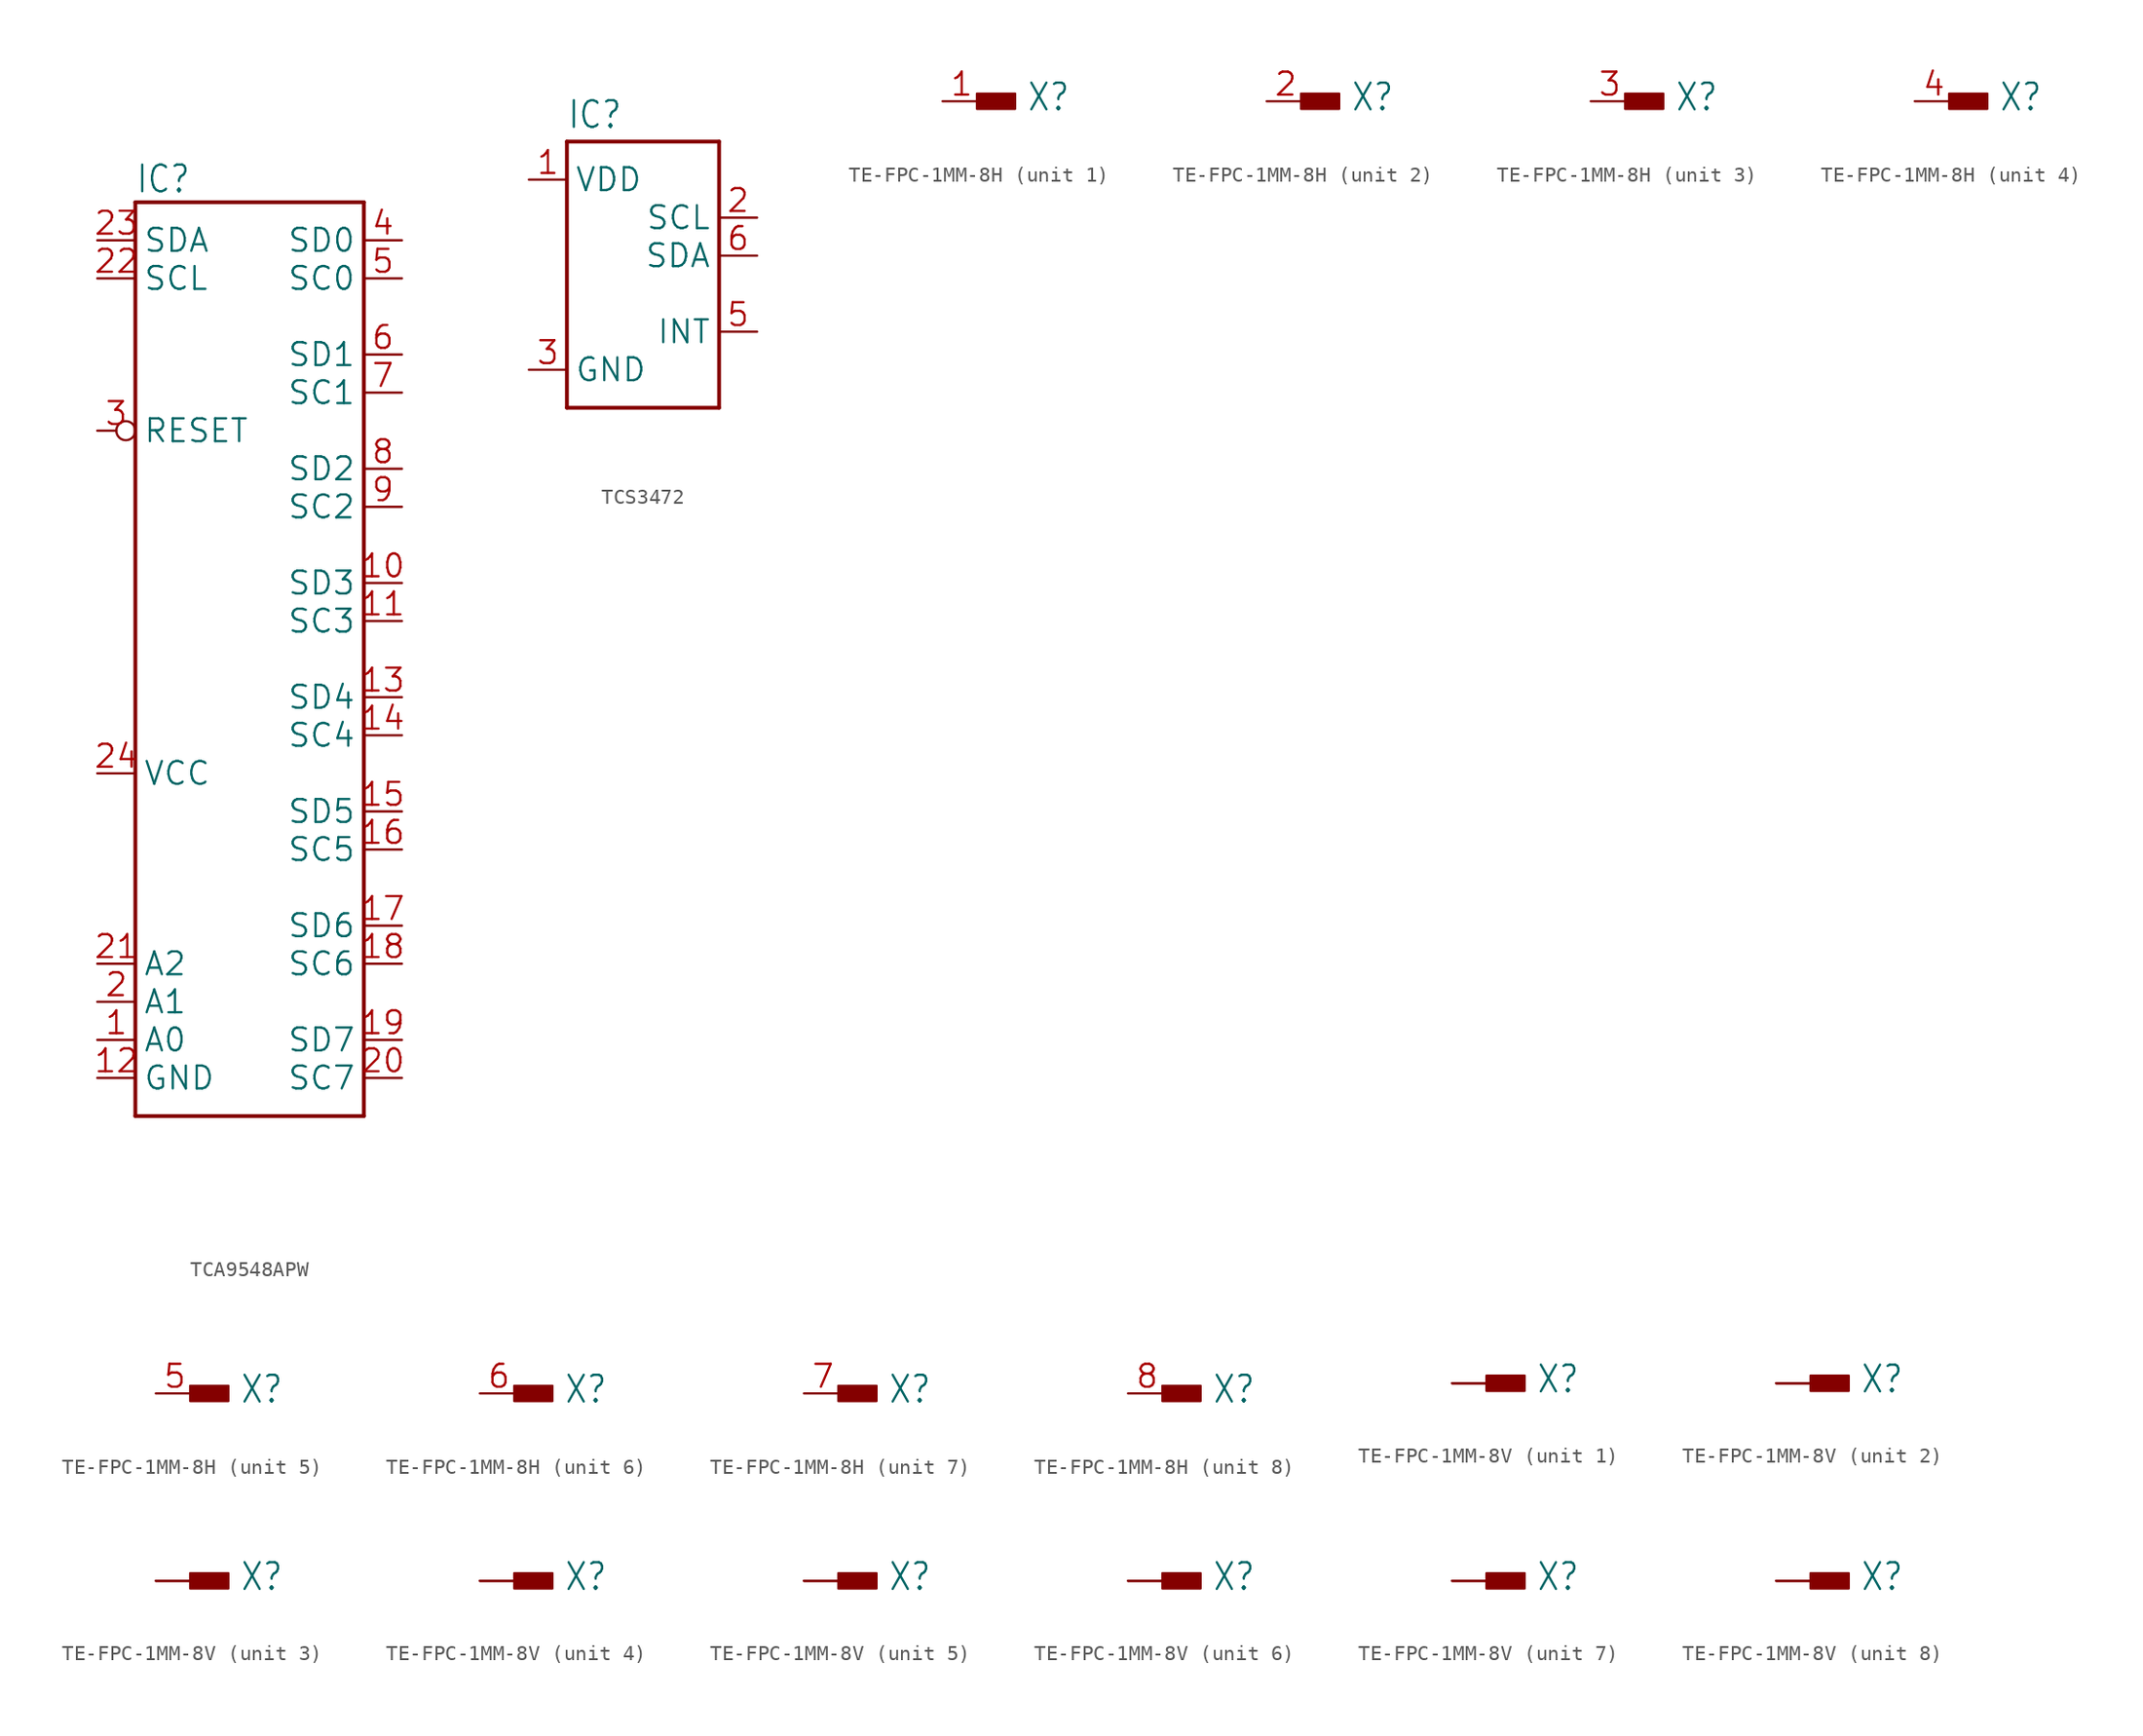
<source format=kicad_sym>
(kicad_symbol_lib
  (version 20241209)
  (generator "kicad_symbol_editor")
  (generator_version "9.0")
  (symbol "TCA9548APW"
    (property "Reference" "IC"
      (at -7.62 30.988 0)
      (effects (font (size 1.778 1.511)) (justify left bottom)))
    (property "Value" ""
      (at -7.62 -33.02 0)
      (effects (font (size 1.778 1.511)) (justify left bottom)))
    (property "ki_locked" ""
      (at 0 0 0)
      (effects (font (size 1.27 1.27))))
    (symbol "TCA9548APW_1_0"
      (polyline (pts (xy -7.62 30.48) (xy 7.62 30.48)) (stroke (width 0.254) (type solid)) (fill (type none)))
      (polyline (pts (xy -7.62 -30.48) (xy -7.62 30.48)) (stroke (width 0.254) (type solid)) (fill (type none)))
      (polyline (pts (xy 7.62 30.48) (xy 7.62 -30.48)) (stroke (width 0.254) (type solid)) (fill (type none)))
      (polyline (pts (xy 7.62 -30.48) (xy -7.62 -30.48)) (stroke (width 0.254) (type solid)) (fill (type none)))
      (pin bidirectional line (at -10.16 27.94 0) (length 2.54) (name "SDA" (effects (font (size 1.524 1.524)))) (number "23" (effects (font (size 1.524 1.524)))))
      (pin bidirectional line (at -10.16 25.4 0) (length 2.54) (name "SCL" (effects (font (size 1.524 1.524)))) (number "22" (effects (font (size 1.524 1.524)))))
      (pin bidirectional inverted (at -10.16 15.24 0) (length 2.54) (name "RESET" (effects (font (size 1.524 1.524)))) (number "3" (effects (font (size 1.524 1.524)))))
      (pin bidirectional line (at -10.16 -7.62 0) (length 2.54) (name "VCC" (effects (font (size 1.524 1.524)))) (number "24" (effects (font (size 1.524 1.524)))))
      (pin bidirectional line (at -10.16 -20.32 0) (length 2.54) (name "A2" (effects (font (size 1.524 1.524)))) (number "21" (effects (font (size 1.524 1.524)))))
      (pin bidirectional line (at -10.16 -22.86 0) (length 2.54) (name "A1" (effects (font (size 1.524 1.524)))) (number "2" (effects (font (size 1.524 1.524)))))
      (pin bidirectional line (at -10.16 -25.4 0) (length 2.54) (name "A0" (effects (font (size 1.524 1.524)))) (number "1" (effects (font (size 1.524 1.524)))))
      (pin bidirectional line (at -10.16 -27.94 0) (length 2.54) (name "GND" (effects (font (size 1.524 1.524)))) (number "12" (effects (font (size 1.524 1.524)))))
      (pin bidirectional line (at 10.16 27.94 180) (length 2.54) (name "SD0" (effects (font (size 1.524 1.524)))) (number "4" (effects (font (size 1.524 1.524)))))
      (pin bidirectional line (at 10.16 25.4 180) (length 2.54) (name "SC0" (effects (font (size 1.524 1.524)))) (number "5" (effects (font (size 1.524 1.524)))))
      (pin bidirectional line (at 10.16 20.32 180) (length 2.54) (name "SD1" (effects (font (size 1.524 1.524)))) (number "6" (effects (font (size 1.524 1.524)))))
      (pin bidirectional line (at 10.16 17.78 180) (length 2.54) (name "SC1" (effects (font (size 1.524 1.524)))) (number "7" (effects (font (size 1.524 1.524)))))
      (pin bidirectional line (at 10.16 12.7 180) (length 2.54) (name "SD2" (effects (font (size 1.524 1.524)))) (number "8" (effects (font (size 1.524 1.524)))))
      (pin bidirectional line (at 10.16 10.16 180) (length 2.54) (name "SC2" (effects (font (size 1.524 1.524)))) (number "9" (effects (font (size 1.524 1.524)))))
      (pin bidirectional line (at 10.16 5.08 180) (length 2.54) (name "SD3" (effects (font (size 1.524 1.524)))) (number "10" (effects (font (size 1.524 1.524)))))
      (pin bidirectional line (at 10.16 2.54 180) (length 2.54) (name "SC3" (effects (font (size 1.524 1.524)))) (number "11" (effects (font (size 1.524 1.524)))))
      (pin bidirectional line (at 10.16 -2.54 180) (length 2.54) (name "SD4" (effects (font (size 1.524 1.524)))) (number "13" (effects (font (size 1.524 1.524)))))
      (pin bidirectional line (at 10.16 -5.08 180) (length 2.54) (name "SC4" (effects (font (size 1.524 1.524)))) (number "14" (effects (font (size 1.524 1.524)))))
      (pin bidirectional line (at 10.16 -10.16 180) (length 2.54) (name "SD5" (effects (font (size 1.524 1.524)))) (number "15" (effects (font (size 1.524 1.524)))))
      (pin bidirectional line (at 10.16 -12.7 180) (length 2.54) (name "SC5" (effects (font (size 1.524 1.524)))) (number "16" (effects (font (size 1.524 1.524)))))
      (pin bidirectional line (at 10.16 -17.78 180) (length 2.54) (name "SD6" (effects (font (size 1.524 1.524)))) (number "17" (effects (font (size 1.524 1.524)))))
      (pin bidirectional line (at 10.16 -20.32 180) (length 2.54) (name "SC6" (effects (font (size 1.524 1.524)))) (number "18" (effects (font (size 1.524 1.524)))))
      (pin bidirectional line (at 10.16 -25.4 180) (length 2.54) (name "SD7" (effects (font (size 1.524 1.524)))) (number "19" (effects (font (size 1.524 1.524)))))
      (pin bidirectional line (at 10.16 -27.94 180) (length 2.54) (name "SC7" (effects (font (size 1.524 1.524)))) (number "20" (effects (font (size 1.524 1.524)))))))
  (symbol "TCS3472"
    (property "Reference" "IC"
      (at -5.08 8.382 0)
      (effects (font (size 1.778 1.511)) (justify left bottom)))
    (property "Value" ""
      (at -5.08 -12.7 0)
      (effects (font (size 1.778 1.511)) (justify left bottom)))
    (property "ki_locked" ""
      (at 0 0 0)
      (effects (font (size 1.27 1.27))))
    (symbol "TCS3472_1_0"
      (polyline (pts (xy -5.08 7.62) (xy 5.08 7.62)) (stroke (width 0.254) (type solid)) (fill (type none)))
      (polyline (pts (xy -5.08 -10.16) (xy -5.08 7.62)) (stroke (width 0.254) (type solid)) (fill (type none)))
      (polyline (pts (xy 5.08 7.62) (xy 5.08 -10.16)) (stroke (width 0.254) (type solid)) (fill (type none)))
      (polyline (pts (xy 5.08 -10.16) (xy -5.08 -10.16)) (stroke (width 0.254) (type solid)) (fill (type none)))
      (pin bidirectional line (at -7.62 5.08 0) (length 2.54) (name "VDD" (effects (font (size 1.524 1.524)))) (number "1" (effects (font (size 1.524 1.524)))))
      (pin bidirectional line (at -7.62 -7.62 0) (length 2.54) (name "GND" (effects (font (size 1.524 1.524)))) (number "3" (effects (font (size 1.524 1.524)))))
      (pin bidirectional line (at 7.62 2.54 180) (length 2.54) (name "SCL" (effects (font (size 1.524 1.524)))) (number "2" (effects (font (size 1.524 1.524)))))
      (pin bidirectional line (at 7.62 0 180) (length 2.54) (name "SDA" (effects (font (size 1.524 1.524)))) (number "6" (effects (font (size 1.524 1.524)))))
      (pin bidirectional line (at 7.62 -5.08 180) (length 2.54) (name "INT" (effects (font (size 1.524 1.524)))) (number "5" (effects (font (size 1.524 1.524)))))))
  (symbol "TE-FPC-1MM-8H"
    (property "Reference" "X"
      (at 5.588 -0.762 0)
      (effects (font (size 1.778 1.511)) (justify left bottom)))
    (property "Value" ""
      (at -2.54 -3.302 0)
      (effects (font (size 1.778 1.511)) (justify left bottom)))
    (property "ki_locked" ""
      (at 0 0 0)
      (effects (font (size 1.27 1.27))))
    (symbol "TE-FPC-1MM-8H_1_0"
      (rectangle (start 2.286 -0.508) (end 4.826 0.508) (stroke (width 0) (type default)) (fill (type outline)))
      (pin bidirectional line (at 0 0 0) (length 2.54) (name "-1" (effects (font (size 0 0)))) (number "1" (effects (font (size 1.524 1.524))))))
    (symbol "TE-FPC-1MM-8H_2_0"
      (rectangle (start 2.286 -0.508) (end 4.826 0.508) (stroke (width 0) (type default)) (fill (type outline)))
      (pin bidirectional line (at 0 0 0) (length 2.54) (name "-1" (effects (font (size 0 0)))) (number "2" (effects (font (size 1.524 1.524))))))
    (symbol "TE-FPC-1MM-8H_3_0"
      (rectangle (start 2.286 -0.508) (end 4.826 0.508) (stroke (width 0) (type default)) (fill (type outline)))
      (pin bidirectional line (at 0 0 0) (length 2.54) (name "-1" (effects (font (size 0 0)))) (number "3" (effects (font (size 1.524 1.524))))))
    (symbol "TE-FPC-1MM-8H_4_0"
      (rectangle (start 2.286 -0.508) (end 4.826 0.508) (stroke (width 0) (type default)) (fill (type outline)))
      (pin bidirectional line (at 0 0 0) (length 2.54) (name "-1" (effects (font (size 0 0)))) (number "4" (effects (font (size 1.524 1.524))))))
    (symbol "TE-FPC-1MM-8H_5_0"
      (rectangle (start 2.286 -0.508) (end 4.826 0.508) (stroke (width 0) (type default)) (fill (type outline)))
      (pin bidirectional line (at 0 0 0) (length 2.54) (name "-1" (effects (font (size 0 0)))) (number "5" (effects (font (size 1.524 1.524))))))
    (symbol "TE-FPC-1MM-8H_6_0"
      (rectangle (start 2.286 -0.508) (end 4.826 0.508) (stroke (width 0) (type default)) (fill (type outline)))
      (pin bidirectional line (at 0 0 0) (length 2.54) (name "-1" (effects (font (size 0 0)))) (number "6" (effects (font (size 1.524 1.524))))))
    (symbol "TE-FPC-1MM-8H_7_0"
      (rectangle (start 2.286 -0.508) (end 4.826 0.508) (stroke (width 0) (type default)) (fill (type outline)))
      (pin bidirectional line (at 0 0 0) (length 2.54) (name "-1" (effects (font (size 0 0)))) (number "7" (effects (font (size 1.524 1.524))))))
    (symbol "TE-FPC-1MM-8H_8_0"
      (rectangle (start 2.286 -0.508) (end 4.826 0.508) (stroke (width 0) (type default)) (fill (type outline)))
      (pin bidirectional line (at 0 0 0) (length 2.54) (name "-1" (effects (font (size 0 0)))) (number "8" (effects (font (size 1.524 1.524)))))))
  (symbol "TE-FPC-1MM-8V"
    (property "Reference" "X"
      (at 5.588 -0.762 0)
      (effects (font (size 1.778 1.511)) (justify left bottom)))
    (property "Value" ""
      (at -2.54 -3.302 0)
      (effects (font (size 1.778 1.511)) (justify left bottom)))
    (property "ki_locked" ""
      (at 0 0 0)
      (effects (font (size 1.27 1.27))))
    (symbol "TE-FPC-1MM-8V_1_0"
      (rectangle (start 2.286 -0.508) (end 4.826 0.508) (stroke (width 0) (type default)) (fill (type outline)))
      (pin bidirectional line (at 0 0 0) (length 2.54) (name "-1" (effects (font (size 0 0)))) (number "A1" (effects (font (size 0 0)))))
      (pin bidirectional line (at 0 0 0) (length 2.54) (name "-1" (effects (font (size 0 0)))) (number "B1" (effects (font (size 0 0))))))
    (symbol "TE-FPC-1MM-8V_2_0"
      (rectangle (start 2.286 -0.508) (end 4.826 0.508) (stroke (width 0) (type default)) (fill (type outline)))
      (pin bidirectional line (at 0 0 0) (length 2.54) (name "-1" (effects (font (size 0 0)))) (number "A2" (effects (font (size 0 0)))))
      (pin bidirectional line (at 0 0 0) (length 2.54) (name "-1" (effects (font (size 0 0)))) (number "B2" (effects (font (size 0 0))))))
    (symbol "TE-FPC-1MM-8V_3_0"
      (rectangle (start 2.286 -0.508) (end 4.826 0.508) (stroke (width 0) (type default)) (fill (type outline)))
      (pin bidirectional line (at 0 0 0) (length 2.54) (name "-1" (effects (font (size 0 0)))) (number "A3" (effects (font (size 0 0)))))
      (pin bidirectional line (at 0 0 0) (length 2.54) (name "-1" (effects (font (size 0 0)))) (number "B3" (effects (font (size 0 0))))))
    (symbol "TE-FPC-1MM-8V_4_0"
      (rectangle (start 2.286 -0.508) (end 4.826 0.508) (stroke (width 0) (type default)) (fill (type outline)))
      (pin bidirectional line (at 0 0 0) (length 2.54) (name "-1" (effects (font (size 0 0)))) (number "A4" (effects (font (size 0 0)))))
      (pin bidirectional line (at 0 0 0) (length 2.54) (name "-1" (effects (font (size 0 0)))) (number "B4" (effects (font (size 0 0))))))
    (symbol "TE-FPC-1MM-8V_5_0"
      (rectangle (start 2.286 -0.508) (end 4.826 0.508) (stroke (width 0) (type default)) (fill (type outline)))
      (pin bidirectional line (at 0 0 0) (length 2.54) (name "-1" (effects (font (size 0 0)))) (number "A5" (effects (font (size 0 0)))))
      (pin bidirectional line (at 0 0 0) (length 2.54) (name "-1" (effects (font (size 0 0)))) (number "B5" (effects (font (size 0 0))))))
    (symbol "TE-FPC-1MM-8V_6_0"
      (rectangle (start 2.286 -0.508) (end 4.826 0.508) (stroke (width 0) (type default)) (fill (type outline)))
      (pin bidirectional line (at 0 0 0) (length 2.54) (name "-1" (effects (font (size 0 0)))) (number "A6" (effects (font (size 0 0)))))
      (pin bidirectional line (at 0 0 0) (length 2.54) (name "-1" (effects (font (size 0 0)))) (number "B6" (effects (font (size 0 0))))))
    (symbol "TE-FPC-1MM-8V_7_0"
      (rectangle (start 2.286 -0.508) (end 4.826 0.508) (stroke (width 0) (type default)) (fill (type outline)))
      (pin bidirectional line (at 0 0 0) (length 2.54) (name "-1" (effects (font (size 0 0)))) (number "A7" (effects (font (size 0 0)))))
      (pin bidirectional line (at 0 0 0) (length 2.54) (name "-1" (effects (font (size 0 0)))) (number "B7" (effects (font (size 0 0))))))
    (symbol "TE-FPC-1MM-8V_8_0"
      (rectangle (start 2.286 -0.508) (end 4.826 0.508) (stroke (width 0) (type default)) (fill (type outline)))
      (pin bidirectional line (at 0 0 0) (length 2.54) (name "-1" (effects (font (size 0 0)))) (number "A8" (effects (font (size 0 0)))))
      (pin bidirectional line (at 0 0 0) (length 2.54) (name "-1" (effects (font (size 0 0)))) (number "B8" (effects (font (size 0 0))))))))
</source>
